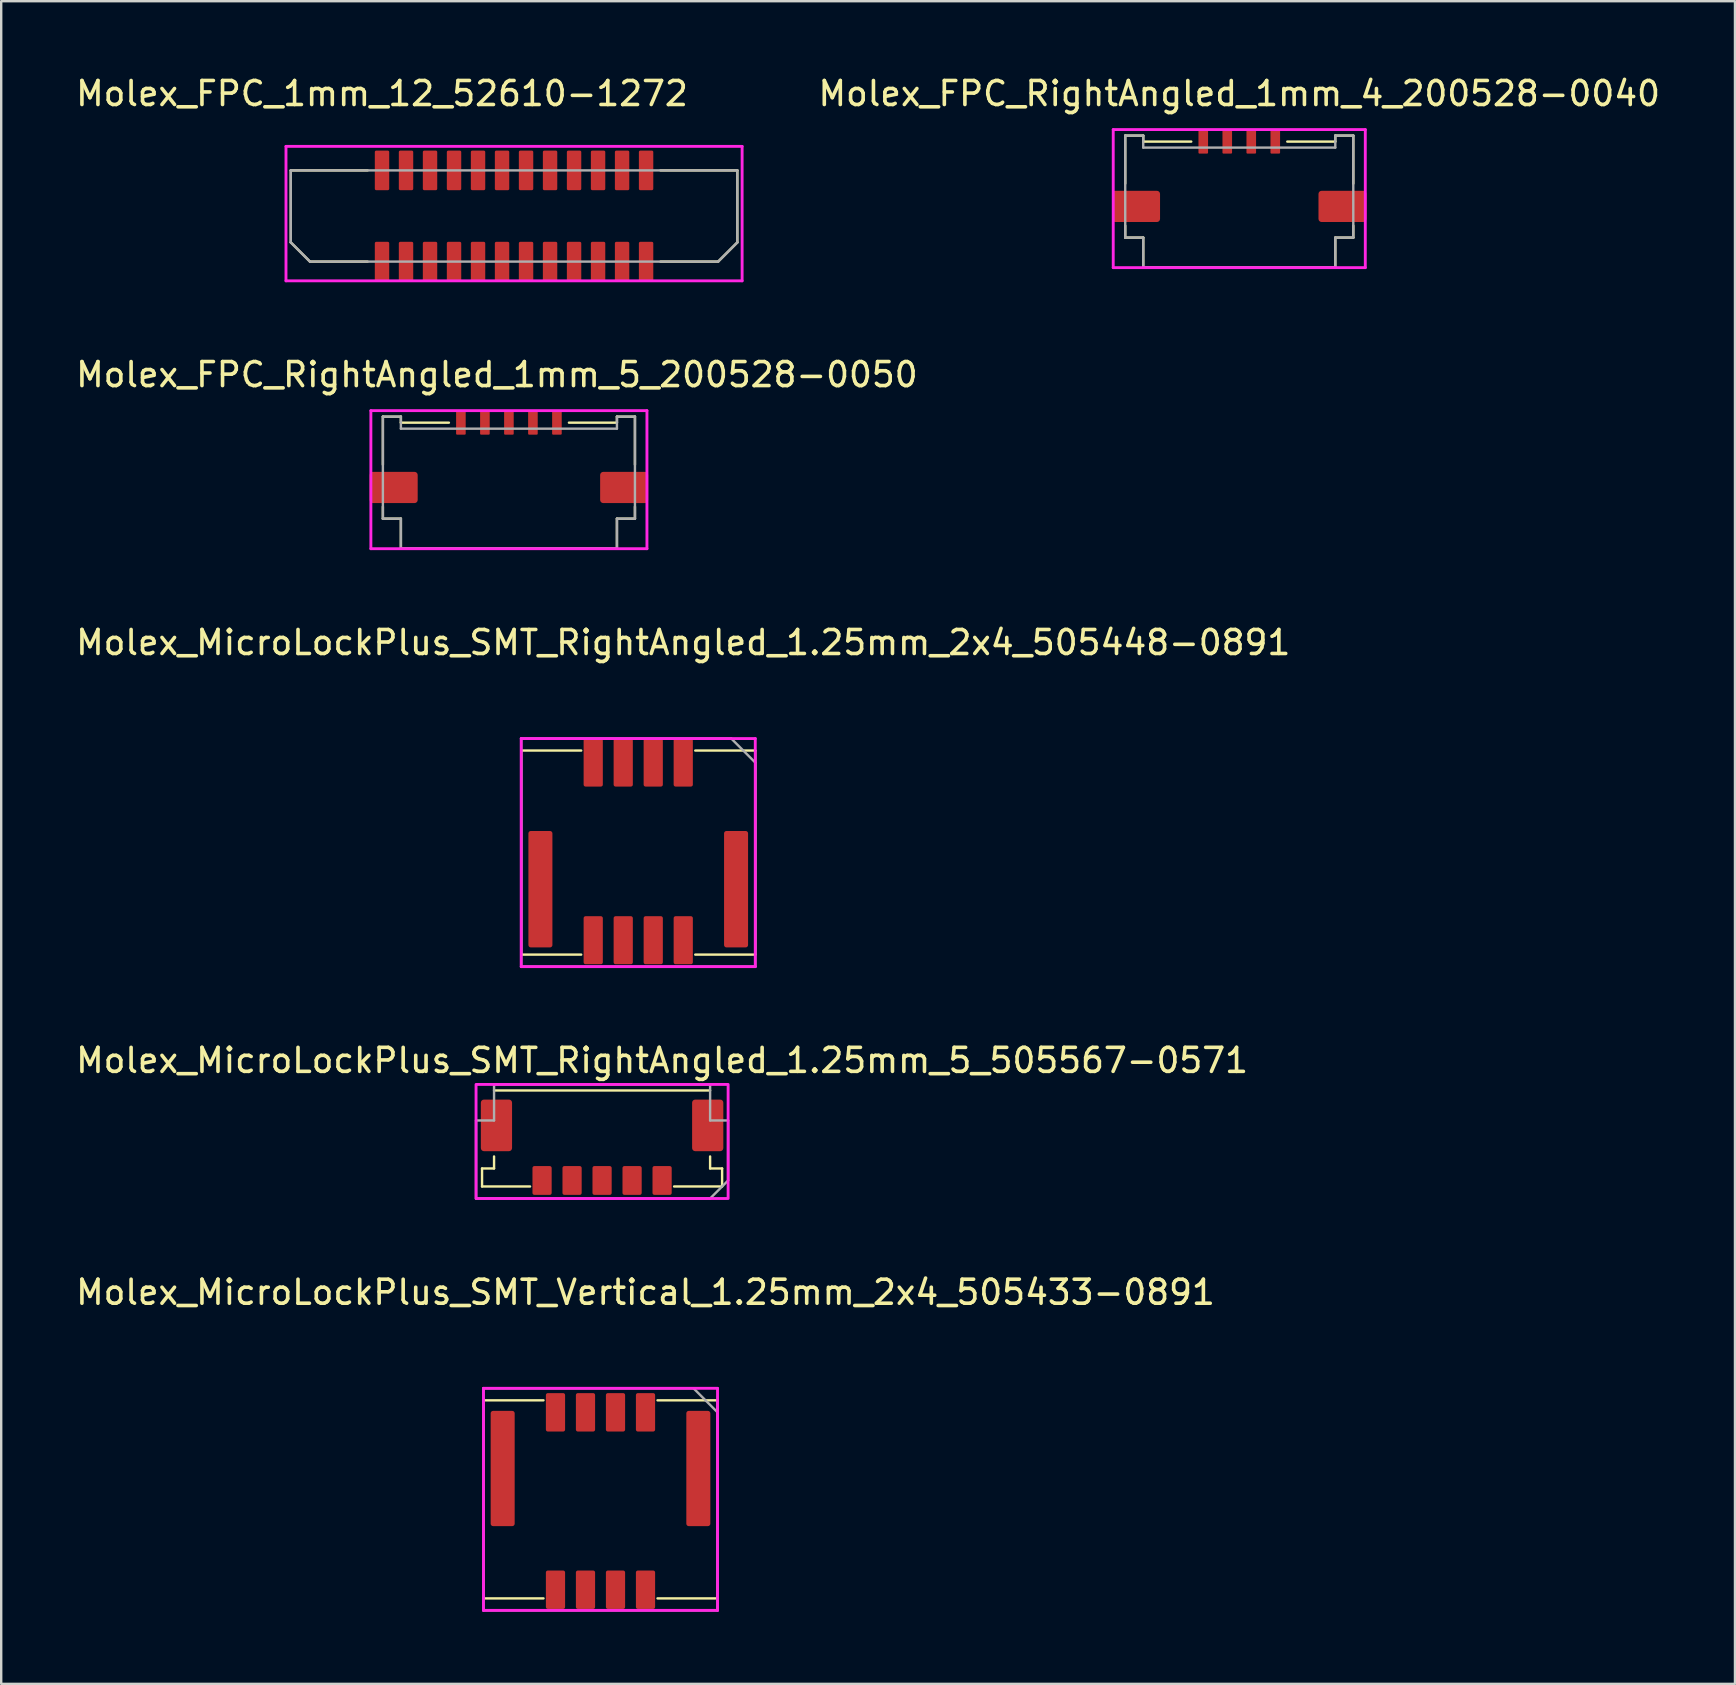
<source format=kicad_pcb>
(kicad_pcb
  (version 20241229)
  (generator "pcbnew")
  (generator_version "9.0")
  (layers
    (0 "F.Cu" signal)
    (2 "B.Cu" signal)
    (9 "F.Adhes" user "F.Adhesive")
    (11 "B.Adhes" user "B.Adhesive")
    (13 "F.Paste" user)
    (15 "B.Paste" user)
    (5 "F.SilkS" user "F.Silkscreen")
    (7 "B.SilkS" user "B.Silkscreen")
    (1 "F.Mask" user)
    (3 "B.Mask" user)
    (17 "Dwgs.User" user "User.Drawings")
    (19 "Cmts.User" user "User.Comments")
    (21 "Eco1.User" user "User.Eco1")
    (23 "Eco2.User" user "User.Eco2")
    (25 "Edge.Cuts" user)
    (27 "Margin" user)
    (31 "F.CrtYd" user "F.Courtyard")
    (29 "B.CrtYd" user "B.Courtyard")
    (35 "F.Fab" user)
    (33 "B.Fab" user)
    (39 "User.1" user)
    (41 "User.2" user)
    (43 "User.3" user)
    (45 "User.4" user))
  (footprint "Molex_FPC_RightAngled_1mm_4_200528-0040"
    (layer "F.Cu")
    (at 47.072 2.848)
    (property "Reference" "Molex_FPC_RightAngled_1mm_4_200528-0040" (at 1.5 -2 0) (unlocked yes) (layer "F.SilkS") (effects (font (size 1 1) (thickness 0.15))))
    (fp_line (start -3.25 -0.25) (end -2.5 -0.25) (stroke (width 0.1) (type solid)) (layer "F.SilkS"))
    (fp_line (start -3.25 1.75) (end -3.25 -0.25) (stroke (width 0.1) (type solid)) (layer "F.SilkS"))
    (fp_line (start -3.25 4) (end -3.25 3.5) (stroke (width 0.1) (type solid)) (layer "F.SilkS"))
    (fp_line (start -2.5 -0.25) (end -2.5 0) (stroke (width 0.1) (type solid)) (layer "F.SilkS"))
    (fp_line (start -2.5 0) (end -0.5 0) (stroke (width 0.1) (type solid)) (layer "F.SilkS"))
    (fp_line (start -2.5 4) (end -3.25 4) (stroke (width 0.1) (type solid)) (layer "F.SilkS"))
    (fp_line (start -2.5 5.25) (end -2.5 4) (stroke (width 0.1) (type solid)) (layer "F.SilkS"))
    (fp_line (start 5.5 -0.25) (end 5.5 0) (stroke (width 0.1) (type solid)) (layer "F.SilkS"))
    (fp_line (start 5.5 0) (end 3.5 0) (stroke (width 0.1) (type solid)) (layer "F.SilkS"))
    (fp_line (start 5.5 4) (end 5.5 5.25) (stroke (width 0.1) (type solid)) (layer "F.SilkS"))
    (fp_line (start 5.5 5.25) (end -2.5 5.25) (stroke (width 0.1) (type solid)) (layer "F.SilkS"))
    (fp_line (start 6.25 -0.25) (end 5.5 -0.25) (stroke (width 0.1) (type solid)) (layer "F.SilkS"))
    (fp_line (start 6.25 1.75) (end 6.25 -0.25) (stroke (width 0.1) (type solid)) (layer "F.SilkS"))
    (fp_line (start 6.25 3.5) (end 6.25 4) (stroke (width 0.1) (type solid)) (layer "F.SilkS"))
    (fp_line (start 6.25 4) (end 5.5 4) (stroke (width 0.1) (type solid)) (layer "F.SilkS"))
    (fp_line (start -3.75 -0.5) (end 6.75 -0.5) (stroke (width 0.12) (type solid)) (layer "F.CrtYd"))
    (fp_line (start -3.75 5.25) (end -3.75 -0.5) (stroke (width 0.12) (type solid)) (layer "F.CrtYd"))
    (fp_line (start 6.75 -0.5) (end 6.75 5.25) (stroke (width 0.12) (type solid)) (layer "F.CrtYd"))
    (fp_line (start 6.75 5.25) (end -3.75 5.25) (stroke (width 0.12) (type solid)) (layer "F.CrtYd"))
    (fp_line (start -3.25 -0.25) (end -2.5 -0.25) (stroke (width 0.1) (type solid)) (layer "F.Fab"))
    (fp_line (start -3.25 4) (end -3.25 -0.25) (stroke (width 0.1) (type solid)) (layer "F.Fab"))
    (fp_line (start -2.5 -0.25) (end -2.5 0.25) (stroke (width 0.1) (type solid)) (layer "F.Fab"))
    (fp_line (start -2.5 0.25) (end 5.5 0.25) (stroke (width 0.1) (type solid)) (layer "F.Fab"))
    (fp_line (start -2.5 4) (end -3.25 4) (stroke (width 0.1) (type solid)) (layer "F.Fab"))
    (fp_line (start -2.5 5.25) (end -2.5 4) (stroke (width 0.1) (type solid)) (layer "F.Fab"))
    (fp_line (start 5.5 -0.25) (end 6.25 -0.25) (stroke (width 0.1) (type solid)) (layer "F.Fab"))
    (fp_line (start 5.5 0.25) (end 5.5 -0.25) (stroke (width 0.1) (type solid)) (layer "F.Fab"))
    (fp_line (start 5.5 4) (end 5.5 5.25) (stroke (width 0.1) (type solid)) (layer "F.Fab"))
    (fp_line (start 5.5 5.25) (end -2.5 5.25) (stroke (width 0.1) (type solid)) (layer "F.Fab"))
    (fp_line (start 6.25 -0.25) (end 6.25 4) (stroke (width 0.1) (type solid)) (layer "F.Fab"))
    (fp_line (start 6.25 4) (end 5.5 4) (stroke (width 0.1) (type solid)) (layer "F.Fab"))
    (pad "1" smd roundrect (at 0 0) (size 0.4 1) (layers "F.Cu" "F.Mask" "F.Paste") (roundrect_rratio 0.1))
    (pad "2" smd roundrect (at 1 0) (size 0.4 1) (layers "F.Cu" "F.Mask" "F.Paste") (roundrect_rratio 0.1))
    (pad "3" smd roundrect (at 2 0) (size 0.4 1) (layers "F.Cu" "F.Mask" "F.Paste") (roundrect_rratio 0.1))
    (pad "4" smd roundrect (at 3 0) (size 0.4 1) (layers "F.Cu" "F.Mask" "F.Paste") (roundrect_rratio 0.1))
    (pad "MP" smd roundrect (at -2.8 2.7) (size 2 1.3) (layers "F.Cu" "F.Mask" "F.Paste") (roundrect_rratio 0.1))
    (pad "MP" smd roundrect (at 5.8 2.7) (size 2 1.3) (layers "F.Cu" "F.Mask" "F.Paste") (roundrect_rratio 0.1)))
  (footprint "Molex_MicroLockPlus_SMT_RightAngled_1.25mm_5_505567-0571"
    (layer "F.Cu")
    (at 24.53 46.123)
    (property "Reference" "Molex_MicroLockPlus_SMT_RightAngled_1.25mm_5_505567-0571" (at 0 -5 0) (unlocked yes) (layer "F.SilkS") (effects (font (size 1 1) (thickness 0.15))))
    (fp_line (start -7.5 -0.5) (end -7.5 0.25) (stroke (width 0.1) (type solid)) (layer "F.SilkS"))
    (fp_line (start -7.5 0.25) (end -5.5 0.25) (stroke (width 0.1) (type solid)) (layer "F.SilkS"))
    (fp_line (start -7 -3.75) (end 2 -3.75) (stroke (width 0.1) (type solid)) (layer "F.SilkS"))
    (fp_line (start -7 -1) (end -7 -0.5) (stroke (width 0.1) (type solid)) (layer "F.SilkS"))
    (fp_line (start -7 -0.5) (end -7.5 -0.5) (stroke (width 0.1) (type solid)) (layer "F.SilkS"))
    (fp_line (start 0.5 0.25) (end 2.5 0.25) (stroke (width 0.1) (type solid)) (layer "F.SilkS"))
    (fp_line (start 2 -0.5) (end 2 -1) (stroke (width 0.1) (type solid)) (layer "F.SilkS"))
    (fp_line (start 2.5 -0.5) (end 2 -0.5) (stroke (width 0.1) (type solid)) (layer "F.SilkS"))
    (fp_line (start 2.5 0.25) (end 2.5 -0.5) (stroke (width 0.1) (type solid)) (layer "F.SilkS"))
    (fp_rect (start -7.75 -4) (end 2.75 0.75) (stroke (width 0.12) (type solid)) (fill no) (layer "F.CrtYd"))
    (fp_line (start -7.75 -2.5) (end -7.75 0.75) (stroke (width 0.1) (type solid)) (layer "F.Fab"))
    (fp_line (start -7.75 0.75) (end 2 0.75) (stroke (width 0.1) (type solid)) (layer "F.Fab"))
    (fp_line (start -7 -4) (end -7 -2.5) (stroke (width 0.1) (type solid)) (layer "F.Fab"))
    (fp_line (start -7 -2.5) (end -7.75 -2.5) (stroke (width 0.1) (type solid)) (layer "F.Fab"))
    (fp_line (start 2 -4) (end -7 -4) (stroke (width 0.1) (type solid)) (layer "F.Fab"))
    (fp_line (start 2 -2.5) (end 2 -4) (stroke (width 0.1) (type solid)) (layer "F.Fab"))
    (fp_line (start 2 0.75) (end 2.75 0) (stroke (width 0.1) (type solid)) (layer "F.Fab"))
    (fp_line (start 2.75 -2.5) (end 2 -2.5) (stroke (width 0.1) (type solid)) (layer "F.Fab"))
    (fp_line (start 2.75 0) (end 2.75 -2.5) (stroke (width 0.1) (type solid)) (layer "F.Fab"))
    (pad "1" smd roundrect (at 0 0) (size 0.8 1.2) (layers "F.Cu" "F.Mask" "F.Paste") (roundrect_rratio 0.1))
    (pad "2" smd roundrect (at -1.25 0) (size 0.8 1.2) (layers "F.Cu" "F.Mask" "F.Paste") (roundrect_rratio 0.1))
    (pad "3" smd roundrect (at -2.5 0) (size 0.8 1.2) (layers "F.Cu" "F.Mask" "F.Paste") (roundrect_rratio 0.1))
    (pad "4" smd roundrect (at -3.75 0) (size 0.8 1.2) (layers "F.Cu" "F.Mask" "F.Paste") (roundrect_rratio 0.1))
    (pad "5" smd roundrect (at -5 0) (size 0.8 1.2) (layers "F.Cu" "F.Mask" "F.Paste") (roundrect_rratio 0.1))
    (pad "MP" smd roundrect (at -6.9 -2.295) (size 1.3 2.15) (layers "F.Cu" "F.Mask" "F.Paste") (roundrect_rratio 0.1))
    (pad "MP" smd roundrect (at 1.9 -2.295) (size 1.3 2.15) (layers "F.Cu" "F.Mask" "F.Paste") (roundrect_rratio 0.1)))
  (footprint "Molex_FPC_1mm_12_52610-1272"
    (layer "F.Cu")
    (at 12.863 4.048)
    (property "Reference" "Molex_FPC_1mm_12_52610-1272" (at 0 -3.2 0) (unlocked yes) (layer "F.SilkS") (effects (font (size 1 1) (thickness 0.15))))
    (fp_line (start -3.8 0) (end -3.8 3) (stroke (width 0.1) (type solid)) (layer "F.SilkS"))
    (fp_line (start -3.8 3) (end -3 3.8) (stroke (width 0.1) (type solid)) (layer "F.SilkS"))
    (fp_line (start -3 3.8) (end -0.6 3.8) (stroke (width 0.1) (type solid)) (layer "F.SilkS"))
    (fp_line (start -0.6 0) (end -3.8 0) (stroke (width 0.1) (type solid)) (layer "F.SilkS"))
    (fp_line (start 11.6 0) (end 14.8 0) (stroke (width 0.1) (type solid)) (layer "F.SilkS"))
    (fp_line (start 14 3.8) (end 11.6 3.8) (stroke (width 0.1) (type solid)) (layer "F.SilkS"))
    (fp_line (start 14.8 0) (end 14.8 3) (stroke (width 0.1) (type solid)) (layer "F.SilkS"))
    (fp_line (start 14.8 3) (end 14 3.8) (stroke (width 0.1) (type solid)) (layer "F.SilkS"))
    (fp_line (start -4 -1) (end -4 4.6) (stroke (width 0.12) (type solid)) (layer "F.CrtYd"))
    (fp_line (start -4 4.6) (end 15 4.6) (stroke (width 0.12) (type solid)) (layer "F.CrtYd"))
    (fp_line (start 15 -1) (end -4 -1) (stroke (width 0.12) (type solid)) (layer "F.CrtYd"))
    (fp_line (start 15 4.6) (end 15 -1) (stroke (width 0.12) (type solid)) (layer "F.CrtYd"))
    (fp_line (start -3.8 0) (end 14.8 0) (stroke (width 0.1) (type solid)) (layer "F.Fab"))
    (fp_line (start -3.8 3) (end -3.8 0) (stroke (width 0.1) (type solid)) (layer "F.Fab"))
    (fp_line (start -3 3.8) (end -3.8 3) (stroke (width 0.1) (type solid)) (layer "F.Fab"))
    (fp_line (start 14 3.8) (end -3 3.8) (stroke (width 0.1) (type solid)) (layer "F.Fab"))
    (fp_line (start 14.8 0) (end 14.8 3) (stroke (width 0.1) (type solid)) (layer "F.Fab"))
    (fp_line (start 14.8 3) (end 14 3.8) (stroke (width 0.1) (type solid)) (layer "F.Fab"))
    (pad "1" smd roundrect (at 0 0) (size 0.6 1.65) (layers "F.Cu" "F.Mask" "F.Paste") (roundrect_rratio 0.1))
    (pad "1" smd roundrect (at 0 3.8) (size 0.6 1.65) (layers "F.Cu" "F.Mask" "F.Paste") (roundrect_rratio 0.1))
    (pad "2" smd roundrect (at 1 0) (size 0.6 1.65) (layers "F.Cu" "F.Mask" "F.Paste") (roundrect_rratio 0.1))
    (pad "2" smd roundrect (at 1 3.8) (size 0.6 1.65) (layers "F.Cu" "F.Mask" "F.Paste") (roundrect_rratio 0.1))
    (pad "3" smd roundrect (at 2 0) (size 0.6 1.65) (layers "F.Cu" "F.Mask" "F.Paste") (roundrect_rratio 0.1))
    (pad "3" smd roundrect (at 2 3.8) (size 0.6 1.65) (layers "F.Cu" "F.Mask" "F.Paste") (roundrect_rratio 0.1))
    (pad "4" smd roundrect (at 3 0) (size 0.6 1.65) (layers "F.Cu" "F.Mask" "F.Paste") (roundrect_rratio 0.1))
    (pad "4" smd roundrect (at 3 3.8) (size 0.6 1.65) (layers "F.Cu" "F.Mask" "F.Paste") (roundrect_rratio 0.1))
    (pad "5" smd roundrect (at 4 0) (size 0.6 1.65) (layers "F.Cu" "F.Mask" "F.Paste") (roundrect_rratio 0.1))
    (pad "5" smd roundrect (at 4 3.8) (size 0.6 1.65) (layers "F.Cu" "F.Mask" "F.Paste") (roundrect_rratio 0.1))
    (pad "6" smd roundrect (at 5 0) (size 0.6 1.65) (layers "F.Cu" "F.Mask" "F.Paste") (roundrect_rratio 0.1))
    (pad "6" smd roundrect (at 5 3.8) (size 0.6 1.65) (layers "F.Cu" "F.Mask" "F.Paste") (roundrect_rratio 0.1))
    (pad "7" smd roundrect (at 6 0) (size 0.6 1.65) (layers "F.Cu" "F.Mask" "F.Paste") (roundrect_rratio 0.1))
    (pad "7" smd roundrect (at 6 3.8) (size 0.6 1.65) (layers "F.Cu" "F.Mask" "F.Paste") (roundrect_rratio 0.1))
    (pad "8" smd roundrect (at 7 0) (size 0.6 1.65) (layers "F.Cu" "F.Mask" "F.Paste") (roundrect_rratio 0.1))
    (pad "8" smd roundrect (at 7 3.8) (size 0.6 1.65) (layers "F.Cu" "F.Mask" "F.Paste") (roundrect_rratio 0.1))
    (pad "9" smd roundrect (at 8 0) (size 0.6 1.65) (layers "F.Cu" "F.Mask" "F.Paste") (roundrect_rratio 0.1))
    (pad "9" smd roundrect (at 8 3.8) (size 0.6 1.65) (layers "F.Cu" "F.Mask" "F.Paste") (roundrect_rratio 0.1))
    (pad "10" smd roundrect (at 9 0) (size 0.6 1.65) (layers "F.Cu" "F.Mask" "F.Paste") (roundrect_rratio 0.1))
    (pad "10" smd roundrect (at 9 3.8) (size 0.6 1.65) (layers "F.Cu" "F.Mask" "F.Paste") (roundrect_rratio 0.1))
    (pad "11" smd roundrect (at 10 0) (size 0.6 1.65) (layers "F.Cu" "F.Mask" "F.Paste") (roundrect_rratio 0.1))
    (pad "11" smd roundrect (at 10 3.8) (size 0.6 1.65) (layers "F.Cu" "F.Mask" "F.Paste") (roundrect_rratio 0.1))
    (pad "12" smd roundrect (at 11 0) (size 0.6 1.65) (layers "F.Cu" "F.Mask" "F.Paste") (roundrect_rratio 0.1))
    (pad "12" smd roundrect (at 11 3.8) (size 0.6 1.65) (layers "F.Cu" "F.Mask" "F.Paste") (roundrect_rratio 0.1)))
  (footprint "Molex_MicroLockPlus_SMT_RightAngled_1.25mm_2x4_505448-0891"
    (layer "F.Cu")
    (at 25.411 28.715)
    (property "Reference" "Molex_MicroLockPlus_SMT_RightAngled_1.25mm_2x4_505448-0891" (at 0 -5 0) (unlocked yes) (layer "F.SilkS") (effects (font (size 1 1) (thickness 0.15))))
    (fp_line (start -6.75 -0.5) (end -6.75 8) (stroke (width 0.1) (type solid)) (layer "F.SilkS"))
    (fp_line (start -6.75 8) (end -4.25 8) (stroke (width 0.1) (type solid)) (layer "F.SilkS"))
    (fp_line (start -4.25 -0.5) (end -6.75 -0.5) (stroke (width 0.1) (type solid)) (layer "F.SilkS"))
    (fp_line (start 0.5 8) (end 3 8) (stroke (width 0.1) (type solid)) (layer "F.SilkS"))
    (fp_line (start 3 -0.5) (end 0.5 -0.5) (stroke (width 0.1) (type solid)) (layer "F.SilkS"))
    (fp_line (start 3 8) (end 3 -0.5) (stroke (width 0.1) (type solid)) (layer "F.SilkS"))
    (fp_line (start -6.75 -1) (end -6.75 8.5) (stroke (width 0.12) (type solid)) (layer "F.CrtYd"))
    (fp_line (start -6.75 8.5) (end 3 8.5) (stroke (width 0.12) (type solid)) (layer "F.CrtYd"))
    (fp_line (start 3 -1) (end -6.75 -1) (stroke (width 0.12) (type solid)) (layer "F.CrtYd"))
    (fp_line (start 3 8.5) (end 3 -1) (stroke (width 0.12) (type solid)) (layer "F.CrtYd"))
    (fp_line (start -6.75 -1) (end 2 -1) (stroke (width 0.1) (type solid)) (layer "F.Fab"))
    (fp_line (start -6.75 8.5) (end -6.75 -1) (stroke (width 0.1) (type solid)) (layer "F.Fab"))
    (fp_line (start 2 -1) (end 3 0) (stroke (width 0.1) (type solid)) (layer "F.Fab"))
    (fp_line (start 3 0) (end 3 8.5) (stroke (width 0.1) (type solid)) (layer "F.Fab"))
    (fp_line (start 3 8.5) (end -6.75 8.5) (stroke (width 0.1) (type solid)) (layer "F.Fab"))
    (pad "1" smd roundrect (at 0 0) (size 0.8 2) (layers "F.Cu" "F.Mask" "F.Paste") (roundrect_rratio 0.1))
    (pad "2" smd roundrect (at 0 7.4) (size 0.8 2) (layers "F.Cu" "F.Mask" "F.Paste") (roundrect_rratio 0.1))
    (pad "3" smd roundrect (at -1.25 0) (size 0.8 2) (layers "F.Cu" "F.Mask" "F.Paste") (roundrect_rratio 0.1))
    (pad "4" smd roundrect (at -1.25 7.4) (size 0.8 2) (layers "F.Cu" "F.Mask" "F.Paste") (roundrect_rratio 0.1))
    (pad "5" smd roundrect (at -2.5 0) (size 0.8 2) (layers "F.Cu" "F.Mask" "F.Paste") (roundrect_rratio 0.1))
    (pad "6" smd roundrect (at -2.5 7.4) (size 0.8 2) (layers "F.Cu" "F.Mask" "F.Paste") (roundrect_rratio 0.1))
    (pad "7" smd roundrect (at -3.75 0) (size 0.8 2) (layers "F.Cu" "F.Mask" "F.Paste") (roundrect_rratio 0.1))
    (pad "8" smd roundrect (at -3.75 7.4) (size 0.8 2) (layers "F.Cu" "F.Mask" "F.Paste") (roundrect_rratio 0.1))
    (pad "MP" smd roundrect (at -5.95 5.275) (size 1 4.85) (layers "F.Cu" "F.Mask" "F.Paste") (roundrect_rratio 0.1))
    (pad "MP" smd roundrect (at 2.2 5.275) (size 1 4.85) (layers "F.Cu" "F.Mask" "F.Paste") (roundrect_rratio 0.1)))
  (footprint "Molex_MicroLockPlus_SMT_Vertical_1.25mm_2x4_505433-0891"
    (layer "F.Cu")
    (at 23.839 55.781)
    (property "Reference" "Molex_MicroLockPlus_SMT_Vertical_1.25mm_2x4_505433-0891" (at 0 -5 0) (unlocked yes) (layer "F.SilkS") (effects (font (size 1 1) (thickness 0.15))))
    (fp_line (start -6.75 -0.5) (end -6.75 7.75) (stroke (width 0.1) (type solid)) (layer "F.SilkS"))
    (fp_line (start -6.75 7.75) (end -4.25 7.75) (stroke (width 0.1) (type solid)) (layer "F.SilkS"))
    (fp_line (start -4.25 -0.5) (end -6.75 -0.5) (stroke (width 0.1) (type solid)) (layer "F.SilkS"))
    (fp_line (start 0.5 7.75) (end 3 7.75) (stroke (width 0.1) (type solid)) (layer "F.SilkS"))
    (fp_line (start 3 -0.5) (end 0.5 -0.5) (stroke (width 0.1) (type solid)) (layer "F.SilkS"))
    (fp_line (start 3 7.75) (end 3 -0.5) (stroke (width 0.1) (type solid)) (layer "F.SilkS"))
    (fp_line (start -6.75 -1) (end -6.75 8.25) (stroke (width 0.12) (type solid)) (layer "F.CrtYd"))
    (fp_line (start -6.75 8.25) (end 3 8.25) (stroke (width 0.12) (type solid)) (layer "F.CrtYd"))
    (fp_line (start 3 -1) (end -6.75 -1) (stroke (width 0.12) (type solid)) (layer "F.CrtYd"))
    (fp_line (start 3 8.25) (end 3 -1) (stroke (width 0.12) (type solid)) (layer "F.CrtYd"))
    (fp_line (start -6.75 -1) (end 2 -1) (stroke (width 0.1) (type solid)) (layer "F.Fab"))
    (fp_line (start -6.75 8.25) (end -6.75 -1) (stroke (width 0.1) (type solid)) (layer "F.Fab"))
    (fp_line (start 2 -1) (end 3 0) (stroke (width 0.1) (type solid)) (layer "F.Fab"))
    (fp_line (start 3 0) (end 3 8.25) (stroke (width 0.1) (type solid)) (layer "F.Fab"))
    (fp_line (start 3 8.25) (end -6.75 8.25) (stroke (width 0.1) (type solid)) (layer "F.Fab"))
    (pad "1" smd roundrect (at 0 0) (size 0.8 1.6) (layers "F.Cu" "F.Mask" "F.Paste") (roundrect_rratio 0.1))
    (pad "2" smd roundrect (at 0 7.39) (size 0.8 1.6) (layers "F.Cu" "F.Mask" "F.Paste") (roundrect_rratio 0.1))
    (pad "3" smd roundrect (at -1.25 0) (size 0.8 1.6) (layers "F.Cu" "F.Mask" "F.Paste") (roundrect_rratio 0.1))
    (pad "4" smd roundrect (at -1.25 7.39) (size 0.8 1.6) (layers "F.Cu" "F.Mask" "F.Paste") (roundrect_rratio 0.1))
    (pad "5" smd roundrect (at -2.5 0) (size 0.8 1.6) (layers "F.Cu" "F.Mask" "F.Paste") (roundrect_rratio 0.1))
    (pad "6" smd roundrect (at -2.5 7.39) (size 0.8 1.6) (layers "F.Cu" "F.Mask" "F.Paste") (roundrect_rratio 0.1))
    (pad "7" smd roundrect (at -3.75 0) (size 0.8 1.6) (layers "F.Cu" "F.Mask" "F.Paste") (roundrect_rratio 0.1))
    (pad "8" smd roundrect (at -3.75 7.39) (size 0.8 1.6) (layers "F.Cu" "F.Mask" "F.Paste") (roundrect_rratio 0.1))
    (pad "MP" smd roundrect (at -5.95 2.34) (size 1 4.8) (layers "F.Cu" "F.Mask" "F.Paste") (roundrect_rratio 0.1))
    (pad "MP" smd roundrect (at 2.2 2.34) (size 1 4.8) (layers "F.Cu" "F.Mask" "F.Paste") (roundrect_rratio 0.1)))
  (footprint "Molex_FPC_RightAngled_1mm_5_200528-0050"
    (layer "F.Cu")
    (at 16.149 14.556)
    (property "Reference" "Molex_FPC_RightAngled_1mm_5_200528-0050" (at 1.5 -2 0) (unlocked yes) (layer "F.SilkS") (effects (font (size 1 1) (thickness 0.15))))
    (fp_line (start -3.25 -0.25) (end -2.5 -0.25) (stroke (width 0.1) (type solid)) (layer "F.SilkS"))
    (fp_line (start -3.25 1.75) (end -3.25 -0.25) (stroke (width 0.1) (type solid)) (layer "F.SilkS"))
    (fp_line (start -3.25 4) (end -3.25 3.5) (stroke (width 0.1) (type solid)) (layer "F.SilkS"))
    (fp_line (start -2.5 -0.25) (end -2.5 0) (stroke (width 0.1) (type solid)) (layer "F.SilkS"))
    (fp_line (start -2.5 0) (end -0.5 0) (stroke (width 0.1) (type solid)) (layer "F.SilkS"))
    (fp_line (start -2.5 4) (end -3.25 4) (stroke (width 0.1) (type solid)) (layer "F.SilkS"))
    (fp_line (start -2.5 5.25) (end -2.5 4) (stroke (width 0.1) (type solid)) (layer "F.SilkS"))
    (fp_line (start 6.5 -0.25) (end 6.5 0) (stroke (width 0.1) (type solid)) (layer "F.SilkS"))
    (fp_line (start 6.5 0) (end 4.5 0) (stroke (width 0.1) (type solid)) (layer "F.SilkS"))
    (fp_line (start 6.5 4) (end 6.5 5.25) (stroke (width 0.1) (type solid)) (layer "F.SilkS"))
    (fp_line (start 6.5 5.25) (end -2.5 5.25) (stroke (width 0.1) (type solid)) (layer "F.SilkS"))
    (fp_line (start 7.25 -0.25) (end 6.5 -0.25) (stroke (width 0.1) (type solid)) (layer "F.SilkS"))
    (fp_line (start 7.25 1.75) (end 7.25 -0.25) (stroke (width 0.1) (type solid)) (layer "F.SilkS"))
    (fp_line (start 7.25 3.5) (end 7.25 4) (stroke (width 0.1) (type solid)) (layer "F.SilkS"))
    (fp_line (start 7.25 4) (end 6.5 4) (stroke (width 0.1) (type solid)) (layer "F.SilkS"))
    (fp_line (start -3.75 -0.5) (end 7.75 -0.5) (stroke (width 0.12) (type solid)) (layer "F.CrtYd"))
    (fp_line (start -3.75 5.25) (end -3.75 -0.5) (stroke (width 0.12) (type solid)) (layer "F.CrtYd"))
    (fp_line (start 7.75 -0.5) (end 7.75 5.25) (stroke (width 0.12) (type solid)) (layer "F.CrtYd"))
    (fp_line (start 7.75 5.25) (end -3.75 5.25) (stroke (width 0.12) (type solid)) (layer "F.CrtYd"))
    (fp_line (start -3.25 -0.25) (end -2.5 -0.25) (stroke (width 0.1) (type solid)) (layer "F.Fab"))
    (fp_line (start -3.25 4) (end -3.25 -0.25) (stroke (width 0.1) (type solid)) (layer "F.Fab"))
    (fp_line (start -2.5 -0.25) (end -2.5 0.25) (stroke (width 0.1) (type solid)) (layer "F.Fab"))
    (fp_line (start -2.5 0.25) (end 6.5 0.25) (stroke (width 0.1) (type solid)) (layer "F.Fab"))
    (fp_line (start -2.5 4) (end -3.25 4) (stroke (width 0.1) (type solid)) (layer "F.Fab"))
    (fp_line (start -2.5 5.25) (end -2.5 4) (stroke (width 0.1) (type solid)) (layer "F.Fab"))
    (fp_line (start 6.5 -0.25) (end 7.25 -0.25) (stroke (width 0.1) (type solid)) (layer "F.Fab"))
    (fp_line (start 6.5 0.25) (end 6.5 -0.25) (stroke (width 0.1) (type solid)) (layer "F.Fab"))
    (fp_line (start 6.5 4) (end 6.5 5.25) (stroke (width 0.1) (type solid)) (layer "F.Fab"))
    (fp_line (start 6.5 5.25) (end -2.5 5.25) (stroke (width 0.1) (type solid)) (layer "F.Fab"))
    (fp_line (start 7.25 -0.25) (end 7.25 4) (stroke (width 0.1) (type solid)) (layer "F.Fab"))
    (fp_line (start 7.25 4) (end 6.5 4) (stroke (width 0.1) (type solid)) (layer "F.Fab"))
    (pad "1" smd roundrect (at 0 0) (size 0.4 1) (layers "F.Cu" "F.Mask" "F.Paste") (roundrect_rratio 0.1))
    (pad "2" smd roundrect (at 1 0) (size 0.4 1) (layers "F.Cu" "F.Mask" "F.Paste") (roundrect_rratio 0.1))
    (pad "3" smd roundrect (at 2 0) (size 0.4 1) (layers "F.Cu" "F.Mask" "F.Paste") (roundrect_rratio 0.1))
    (pad "4" smd roundrect (at 3 0) (size 0.4 1) (layers "F.Cu" "F.Mask" "F.Paste") (roundrect_rratio 0.1))
    (pad "5" smd roundrect (at 4 0) (size 0.4 1) (layers "F.Cu" "F.Mask" "F.Paste") (roundrect_rratio 0.1))
    (pad "MP" smd roundrect (at -2.8 2.7) (size 2 1.3) (layers "F.Cu" "F.Mask" "F.Paste") (roundrect_rratio 0.1))
    (pad "MP" smd roundrect (at 6.8 2.7) (size 2 1.3) (layers "F.Cu" "F.Mask" "F.Paste") (roundrect_rratio 0.1)))
  (gr_rect
    (start -3 -3)
    (end 69.221 67.091)
    (stroke (width 0.1) (type default))
    (fill no)
    (layer "Edge.Cuts")))
</source>
